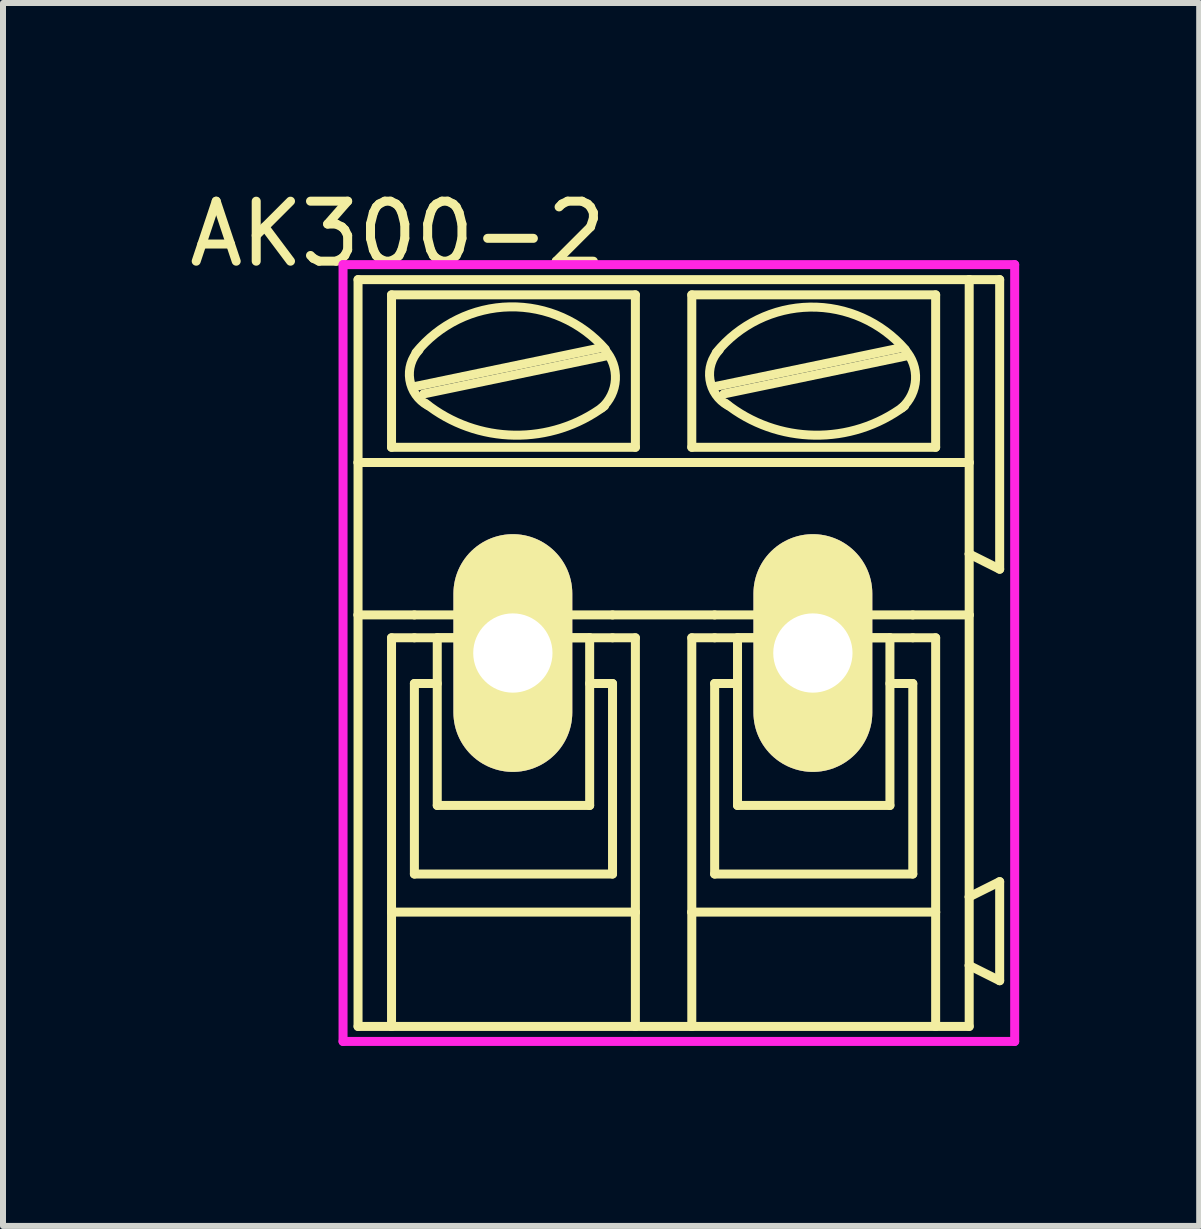
<source format=kicad_pcb>
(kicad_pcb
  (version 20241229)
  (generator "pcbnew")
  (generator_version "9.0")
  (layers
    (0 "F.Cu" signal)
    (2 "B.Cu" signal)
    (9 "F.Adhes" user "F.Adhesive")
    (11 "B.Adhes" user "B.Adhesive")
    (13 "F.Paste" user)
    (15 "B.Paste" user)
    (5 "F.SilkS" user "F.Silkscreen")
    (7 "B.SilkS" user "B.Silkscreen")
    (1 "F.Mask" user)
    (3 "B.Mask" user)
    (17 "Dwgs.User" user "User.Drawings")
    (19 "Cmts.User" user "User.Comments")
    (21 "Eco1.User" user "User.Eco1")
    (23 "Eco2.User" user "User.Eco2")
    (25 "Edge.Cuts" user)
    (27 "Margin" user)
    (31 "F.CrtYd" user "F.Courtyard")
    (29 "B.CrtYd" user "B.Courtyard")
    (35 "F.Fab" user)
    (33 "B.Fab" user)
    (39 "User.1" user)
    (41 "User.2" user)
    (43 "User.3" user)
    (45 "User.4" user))
  (footprint "AK300-2"
    (layer "F.Cu")
    (at 5.497 7.833)
    (property "Reference" "AK300-2" (at -1.92 -6.985 0) (layer "F.SilkS") (effects (font (size 1 1) (thickness 0.15))))
    (attr exclude_from_pos_files exclude_from_bom)
    (fp_line (start -2.58 -3.175) (end -2.58 -6.223) (stroke (width 0.15) (type solid)) (layer "F.SilkS"))
    (fp_line (start -2.58 -3.175) (end 7.605 -3.175) (stroke (width 0.15) (type solid)) (layer "F.SilkS"))
    (fp_line (start -2.58 -0.635) (end -2.58 -3.175) (stroke (width 0.15) (type solid)) (layer "F.SilkS"))
    (fp_line (start -2.58 -0.635) (end -1.641 -0.635) (stroke (width 0.15) (type solid)) (layer "F.SilkS"))
    (fp_line (start -2.58 6.223) (end -2.58 -0.635) (stroke (width 0.15) (type solid)) (layer "F.SilkS"))
    (fp_line (start -2.58 6.223) (end -2.022 6.223) (stroke (width 0.15) (type solid)) (layer "F.SilkS"))
    (fp_line (start -2.022 -3.429) (end -2.022 -5.969) (stroke (width 0.15) (type solid)) (layer "F.SilkS"))
    (fp_line (start -2.022 -0.254) (end -2.022 4.318) (stroke (width 0.15) (type solid)) (layer "F.SilkS"))
    (fp_line (start -2.022 -0.254) (end -1.641 -0.254) (stroke (width 0.15) (type solid)) (layer "F.SilkS"))
    (fp_line (start -2.022 4.318) (end -2.022 6.223) (stroke (width 0.15) (type solid)) (layer "F.SilkS"))
    (fp_line (start -2.022 6.223) (end 2.042 6.223) (stroke (width 0.15) (type solid)) (layer "F.SilkS"))
    (fp_line (start -1.641 -0.635) (end 1.661 -0.635) (stroke (width 0.15) (type solid)) (layer "F.SilkS"))
    (fp_line (start -1.641 0.508) (end -1.26 0.508) (stroke (width 0.15) (type solid)) (layer "F.SilkS"))
    (fp_line (start -1.641 3.683) (end -1.641 0.508) (stroke (width 0.15) (type solid)) (layer "F.SilkS"))
    (fp_line (start -1.615 -4.445) (end 1.435 -5.08) (stroke (width 0.15) (type solid)) (layer "F.SilkS"))
    (fp_line (start -1.488 -4.318) (end 1.56 -4.953) (stroke (width 0.15) (type solid)) (layer "F.SilkS"))
    (fp_line (start -1.26 -0.254) (end 1.28 -0.254) (stroke (width 0.15) (type solid)) (layer "F.SilkS"))
    (fp_line (start -1.26 2.54) (end -1.26 -0.254) (stroke (width 0.15) (type solid)) (layer "F.SilkS"))
    (fp_line (start -1.26 2.54) (end 1.28 2.54) (stroke (width 0.15) (type solid)) (layer "F.SilkS"))
    (fp_line (start 1.28 2.54) (end 1.28 -0.254) (stroke (width 0.15) (type solid)) (layer "F.SilkS"))
    (fp_line (start 1.661 -0.635) (end 3.363 -0.635) (stroke (width 0.15) (type solid)) (layer "F.SilkS"))
    (fp_line (start 1.661 -0.254) (end -1.641 -0.254) (stroke (width 0.15) (type solid)) (layer "F.SilkS"))
    (fp_line (start 1.661 0.508) (end 1.28 0.508) (stroke (width 0.15) (type solid)) (layer "F.SilkS"))
    (fp_line (start 1.661 3.683) (end -1.641 3.683) (stroke (width 0.15) (type solid)) (layer "F.SilkS"))
    (fp_line (start 1.661 3.683) (end 1.661 0.508) (stroke (width 0.15) (type solid)) (layer "F.SilkS"))
    (fp_line (start 2.042 -5.969) (end -2.022 -5.969) (stroke (width 0.15) (type solid)) (layer "F.SilkS"))
    (fp_line (start 2.042 -3.429) (end -2.022 -3.429) (stroke (width 0.15) (type solid)) (layer "F.SilkS"))
    (fp_line (start 2.042 -3.429) (end 2.042 -5.969) (stroke (width 0.15) (type solid)) (layer "F.SilkS"))
    (fp_line (start 2.042 -0.254) (end 1.661 -0.254) (stroke (width 0.15) (type solid)) (layer "F.SilkS"))
    (fp_line (start 2.042 4.318) (end -2.022 4.318) (stroke (width 0.15) (type solid)) (layer "F.SilkS"))
    (fp_line (start 2.042 4.318) (end 2.042 -0.254) (stroke (width 0.15) (type solid)) (layer "F.SilkS"))
    (fp_line (start 2.042 6.223) (end 2.042 4.318) (stroke (width 0.15) (type solid)) (layer "F.SilkS"))
    (fp_line (start 2.042 6.223) (end 2.982 6.223) (stroke (width 0.15) (type solid)) (layer "F.SilkS"))
    (fp_line (start 2.982 -5.969) (end 7.046 -5.969) (stroke (width 0.15) (type solid)) (layer "F.SilkS"))
    (fp_line (start 2.982 -3.429) (end 2.982 -5.969) (stroke (width 0.15) (type solid)) (layer "F.SilkS"))
    (fp_line (start 2.982 -0.254) (end 3.363 -0.254) (stroke (width 0.15) (type solid)) (layer "F.SilkS"))
    (fp_line (start 2.982 4.318) (end 2.982 -0.254) (stroke (width 0.15) (type solid)) (layer "F.SilkS"))
    (fp_line (start 2.982 4.318) (end 7.046 4.318) (stroke (width 0.15) (type solid)) (layer "F.SilkS"))
    (fp_line (start 2.982 6.223) (end 2.982 4.318) (stroke (width 0.15) (type solid)) (layer "F.SilkS"))
    (fp_line (start 2.982 6.223) (end 7.046 6.223) (stroke (width 0.15) (type solid)) (layer "F.SilkS"))
    (fp_line (start 3.363 -0.254) (end 6.665 -0.254) (stroke (width 0.15) (type solid)) (layer "F.SilkS"))
    (fp_line (start 3.363 0.508) (end 3.744 0.508) (stroke (width 0.15) (type solid)) (layer "F.SilkS"))
    (fp_line (start 3.363 3.683) (end 3.363 0.508) (stroke (width 0.15) (type solid)) (layer "F.SilkS"))
    (fp_line (start 3.389 -4.445) (end 6.437 -5.08) (stroke (width 0.15) (type solid)) (layer "F.SilkS"))
    (fp_line (start 3.516 -4.318) (end 6.564 -4.953) (stroke (width 0.15) (type solid)) (layer "F.SilkS"))
    (fp_line (start 3.744 -0.254) (end 6.284 -0.254) (stroke (width 0.15) (type solid)) (layer "F.SilkS"))
    (fp_line (start 3.744 2.54) (end 3.744 -0.254) (stroke (width 0.15) (type solid)) (layer "F.SilkS"))
    (fp_line (start 3.744 2.54) (end 6.284 2.54) (stroke (width 0.15) (type solid)) (layer "F.SilkS"))
    (fp_line (start 6.284 2.54) (end 6.284 -0.254) (stroke (width 0.15) (type solid)) (layer "F.SilkS"))
    (fp_line (start 6.665 -0.635) (end 3.363 -0.635) (stroke (width 0.15) (type solid)) (layer "F.SilkS"))
    (fp_line (start 6.665 0.508) (end 6.284 0.508) (stroke (width 0.15) (type solid)) (layer "F.SilkS"))
    (fp_line (start 6.665 3.683) (end 3.363 3.683) (stroke (width 0.15) (type solid)) (layer "F.SilkS"))
    (fp_line (start 6.665 3.683) (end 6.665 0.508) (stroke (width 0.15) (type solid)) (layer "F.SilkS"))
    (fp_line (start 7.046 -5.969) (end 7.046 -3.429) (stroke (width 0.15) (type solid)) (layer "F.SilkS"))
    (fp_line (start 7.046 -3.429) (end 2.982 -3.429) (stroke (width 0.15) (type solid)) (layer "F.SilkS"))
    (fp_line (start 7.046 -0.254) (end 6.665 -0.254) (stroke (width 0.15) (type solid)) (layer "F.SilkS"))
    (fp_line (start 7.046 -0.254) (end 7.046 4.318) (stroke (width 0.15) (type solid)) (layer "F.SilkS"))
    (fp_line (start 7.046 4.318) (end 7.046 6.223) (stroke (width 0.15) (type solid)) (layer "F.SilkS"))
    (fp_line (start 7.046 6.223) (end 7.605 6.223) (stroke (width 0.15) (type solid)) (layer "F.SilkS"))
    (fp_line (start 7.605 -6.223) (end -2.58 -6.223) (stroke (width 0.15) (type solid)) (layer "F.SilkS"))
    (fp_line (start 7.605 -6.223) (end 7.605 -3.175) (stroke (width 0.15) (type solid)) (layer "F.SilkS"))
    (fp_line (start 7.605 -6.223) (end 8.113 -6.223) (stroke (width 0.15) (type solid)) (layer "F.SilkS"))
    (fp_line (start 7.605 -3.175) (end 7.605 -1.651) (stroke (width 0.15) (type solid)) (layer "F.SilkS"))
    (fp_line (start 7.605 -1.651) (end 7.605 -0.635) (stroke (width 0.15) (type solid)) (layer "F.SilkS"))
    (fp_line (start 7.605 -0.635) (end 6.665 -0.635) (stroke (width 0.15) (type solid)) (layer "F.SilkS"))
    (fp_line (start 7.605 -0.635) (end 7.605 4.064) (stroke (width 0.15) (type solid)) (layer "F.SilkS"))
    (fp_line (start 7.605 4.064) (end 7.605 5.207) (stroke (width 0.15) (type solid)) (layer "F.SilkS"))
    (fp_line (start 7.605 5.207) (end 7.605 6.223) (stroke (width 0.15) (type solid)) (layer "F.SilkS"))
    (fp_line (start 8.113 -6.223) (end 8.113 -1.397) (stroke (width 0.15) (type solid)) (layer "F.SilkS"))
    (fp_line (start 8.113 -1.397) (end 7.605 -1.651) (stroke (width 0.15) (type solid)) (layer "F.SilkS"))
    (fp_line (start 8.113 3.81) (end 7.605 4.064) (stroke (width 0.15) (type solid)) (layer "F.SilkS"))
    (fp_line (start 8.113 3.81) (end 8.113 5.461) (stroke (width 0.15) (type solid)) (layer "F.SilkS"))
    (fp_line (start 8.113 5.461) (end 7.605 5.207) (stroke (width 0.15) (type solid)) (layer "F.SilkS"))
    (fp_arc (start -1.6152 -5.0038) (mid -0.050347 -5.768837) (end 1.541573 -5.061847) (stroke (width 0.15) (type solid)) (layer "F.SilkS"))
    (fp_arc (start -1.41962 -4.1275) (mid -1.717784 -4.553845) (end -1.56452 -5.051019) (stroke (width 0.15) (type solid)) (layer "F.SilkS"))
    (fp_arc (start 1.52678 -4.11734) (mid 0.024731 -3.630479) (end -1.460988 -4.165104) (stroke (width 0.15) (type solid)) (layer "F.SilkS"))
    (fp_arc (start 1.5344 -5.05206) (mid 1.708736 -4.555962) (end 1.47915 -4.08289) (stroke (width 0.15) (type solid)) (layer "F.SilkS"))
    (fp_arc (start 3.3886 -5.0038) (mid 4.951638 -5.764946) (end 6.539411 -5.056844) (stroke (width 0.15) (type solid)) (layer "F.SilkS"))
    (fp_arc (start 3.58164 -4.1275) (mid 3.284456 -4.555849) (end 3.439903 -5.053481) (stroke (width 0.15) (type solid)) (layer "F.SilkS"))
    (fp_arc (start 6.52804 -4.11734) (mid 5.025991 -3.630479) (end 3.540272 -4.165104) (stroke (width 0.15) (type solid)) (layer "F.SilkS"))
    (fp_arc (start 6.53566 -5.05206) (mid 6.710748 -4.557765) (end 6.482972 -4.085429) (stroke (width 0.15) (type solid)) (layer "F.SilkS"))
    (fp_line (start -2.83 -6.473) (end -2.83 6.473) (stroke (width 0.15) (type solid)) (layer "F.CrtYd"))
    (fp_line (start -2.83 6.473) (end 8.363 6.473) (stroke (width 0.15) (type solid)) (layer "F.CrtYd"))
    (fp_line (start 8.363 -6.473) (end -2.83 -6.473) (stroke (width 0.15) (type solid)) (layer "F.CrtYd"))
    (fp_line (start 8.363 6.473) (end 8.363 -6.473) (stroke (width 0.15) (type solid)) (layer "F.CrtYd"))
    (pad "1" thru_hole oval (at 0 0) (size 1.981 3.962) (drill 1.321) (layers "*.Cu" "F.Mask" "F.SilkS" "F.Paste"))
    (pad "2" thru_hole oval (at 5 0) (size 1.981 3.962) (drill 1.321) (layers "*.Cu" "F.Mask" "F.SilkS" "F.Paste")))
  (gr_rect
    (start -3 -3)
    (end 16.935 17.381)
    (stroke (width 0.1) (type default))
    (fill no)
    (layer "Edge.Cuts")))
</source>
